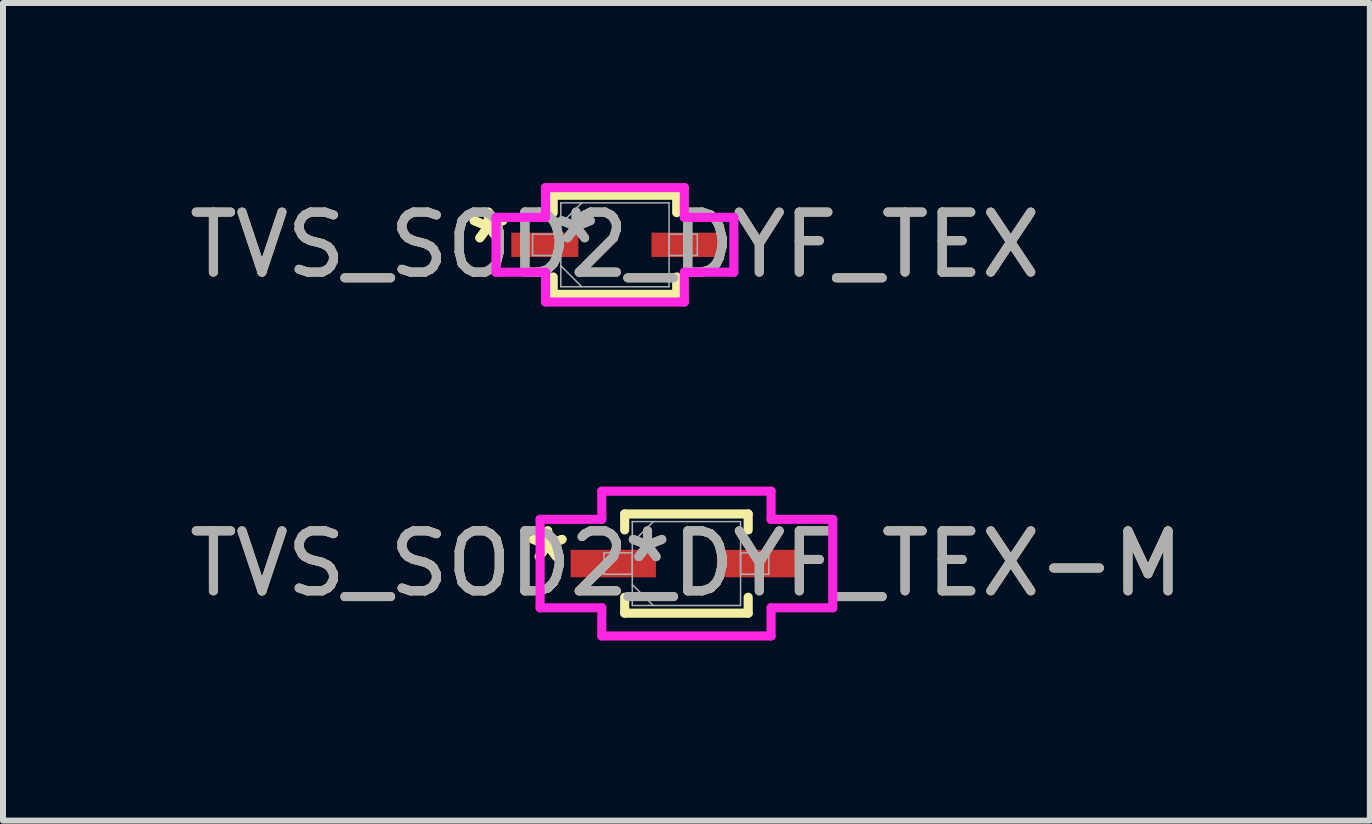
<source format=kicad_pcb>
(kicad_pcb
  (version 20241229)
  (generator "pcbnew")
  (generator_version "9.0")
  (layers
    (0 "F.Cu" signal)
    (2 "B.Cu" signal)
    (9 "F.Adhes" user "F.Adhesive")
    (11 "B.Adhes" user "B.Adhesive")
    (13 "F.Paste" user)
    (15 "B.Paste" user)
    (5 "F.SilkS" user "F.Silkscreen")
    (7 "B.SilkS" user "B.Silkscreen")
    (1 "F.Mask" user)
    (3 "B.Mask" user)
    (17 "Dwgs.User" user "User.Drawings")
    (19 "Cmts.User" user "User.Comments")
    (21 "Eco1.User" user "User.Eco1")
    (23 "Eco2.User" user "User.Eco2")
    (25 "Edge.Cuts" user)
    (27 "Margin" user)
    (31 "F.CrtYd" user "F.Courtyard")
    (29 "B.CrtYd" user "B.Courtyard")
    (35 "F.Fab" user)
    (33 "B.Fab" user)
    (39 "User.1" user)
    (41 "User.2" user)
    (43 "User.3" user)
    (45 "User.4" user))
  (footprint "TVS_SOD2_DYF_TEX-M"
    (layer "F.Cu")
    (at 8.387 6.34)
    (property "Reference" "TVS_SOD2_DYF_TEX-M" (at 0 0 0) (unlocked yes) (layer "F.SilkS") (effects (font (size 1 1) (thickness 0.15))))
    (attr smd)
    (fp_line (start -1.029 -0.826) (end -1.029 -0.561) (stroke (width 0.152) (type solid)) (layer "F.SilkS"))
    (fp_line (start -1.029 0.561) (end -1.029 0.826) (stroke (width 0.152) (type solid)) (layer "F.SilkS"))
    (fp_line (start -1.029 0.826) (end 1.029 0.826) (stroke (width 0.152) (type solid)) (layer "F.SilkS"))
    (fp_line (start 1.029 -0.826) (end -1.029 -0.826) (stroke (width 0.152) (type solid)) (layer "F.SilkS"))
    (fp_line (start 1.029 -0.561) (end 1.029 -0.826) (stroke (width 0.152) (type solid)) (layer "F.SilkS"))
    (fp_line (start 1.029 0.826) (end 1.029 0.561) (stroke (width 0.152) (type solid)) (layer "F.SilkS"))
    (fp_line (start -2.438 -0.737) (end -1.41 -0.737) (stroke (width 0.152) (type solid)) (layer "F.CrtYd"))
    (fp_line (start -2.438 0.737) (end -2.438 -0.737) (stroke (width 0.152) (type solid)) (layer "F.CrtYd"))
    (fp_line (start -1.41 -1.206) (end 1.41 -1.206) (stroke (width 0.152) (type solid)) (layer "F.CrtYd"))
    (fp_line (start -1.41 -0.737) (end -1.41 -1.206) (stroke (width 0.152) (type solid)) (layer "F.CrtYd"))
    (fp_line (start -1.41 0.737) (end -2.438 0.737) (stroke (width 0.152) (type solid)) (layer "F.CrtYd"))
    (fp_line (start -1.41 1.206) (end -1.41 0.737) (stroke (width 0.152) (type solid)) (layer "F.CrtYd"))
    (fp_line (start 1.41 -1.206) (end 1.41 -0.737) (stroke (width 0.152) (type solid)) (layer "F.CrtYd"))
    (fp_line (start 1.41 -0.737) (end 2.438 -0.737) (stroke (width 0.152) (type solid)) (layer "F.CrtYd"))
    (fp_line (start 1.41 0.737) (end 1.41 1.206) (stroke (width 0.152) (type solid)) (layer "F.CrtYd"))
    (fp_line (start 1.41 1.206) (end -1.41 1.206) (stroke (width 0.152) (type solid)) (layer "F.CrtYd"))
    (fp_line (start 2.438 -0.737) (end 2.438 0.737) (stroke (width 0.152) (type solid)) (layer "F.CrtYd"))
    (fp_line (start 2.438 0.737) (end 1.41 0.737) (stroke (width 0.152) (type solid)) (layer "F.CrtYd"))
    (fp_line (start -1.372 -0.178) (end -1.372 0.178) (stroke (width 0.025) (type solid)) (layer "F.Fab"))
    (fp_line (start -1.372 0.178) (end -0.902 0.178) (stroke (width 0.025) (type solid)) (layer "F.Fab"))
    (fp_line (start -0.902 -0.699) (end -0.902 0.699) (stroke (width 0.025) (type solid)) (layer "F.Fab"))
    (fp_line (start -0.902 -0.349) (end -0.552 -0.699) (stroke (width 0.025) (type solid)) (layer "F.Fab"))
    (fp_line (start -0.902 -0.178) (end -1.372 -0.178) (stroke (width 0.025) (type solid)) (layer "F.Fab"))
    (fp_line (start -0.902 0.178) (end -0.902 -0.178) (stroke (width 0.025) (type solid)) (layer "F.Fab"))
    (fp_line (start -0.902 0.349) (end -0.552 0.699) (stroke (width 0.025) (type solid)) (layer "F.Fab"))
    (fp_line (start -0.902 0.699) (end 0.902 0.699) (stroke (width 0.025) (type solid)) (layer "F.Fab"))
    (fp_line (start 0.902 -0.699) (end -0.902 -0.699) (stroke (width 0.025) (type solid)) (layer "F.Fab"))
    (fp_line (start 0.902 -0.178) (end 0.902 0.178) (stroke (width 0.025) (type solid)) (layer "F.Fab"))
    (fp_line (start 0.902 0.178) (end 1.372 0.178) (stroke (width 0.025) (type solid)) (layer "F.Fab"))
    (fp_line (start 0.902 0.699) (end 0.902 -0.699) (stroke (width 0.025) (type solid)) (layer "F.Fab"))
    (fp_line (start 1.372 -0.178) (end 0.902 -0.178) (stroke (width 0.025) (type solid)) (layer "F.Fab"))
    (fp_line (start 1.372 0.178) (end 1.372 -0.178) (stroke (width 0.025) (type solid)) (layer "F.Fab"))
    (fp_text user "*" (at -2.311 0 0) (unlocked yes) (layer "F.SilkS") (effects (font (size 1 1) (thickness 0.15))))
    (fp_text user "*" (at -2.311 0 0) (layer "F.SilkS") (effects (font (size 1 1) (thickness 0.15))))
    (fp_text user "${REFERENCE}" (at 0 0 0) (unlocked yes) (layer "F.Fab") (effects (font (size 1 1) (thickness 0.15))))
    (fp_text user "*" (at -0.648 0 0) (unlocked yes) (layer "F.Fab") (effects (font (size 1 1) (thickness 0.15))))
    (fp_text user "*" (at -0.648 0 0) (layer "F.Fab") (effects (font (size 1 1) (thickness 0.15))))
    (pad "1" smd rect (at -1.219 0) (size 1.422 0.457) (layers "F.Cu" "F.Mask" "F.Paste"))
    (pad "2" smd rect (at 1.219 0) (size 1.422 0.457) (layers "F.Cu" "F.Mask" "F.Paste")))
  (footprint "TVS_SOD2_DYF_TEX"
    (layer "F.Cu")
    (at 7.196 1.029)
    (property "Reference" "TVS_SOD2_DYF_TEX" (at 0 0 0) (unlocked yes) (layer "F.SilkS") (effects (font (size 1 1) (thickness 0.15))))
    (attr smd)
    (fp_line (start -1.029 -0.826) (end -1.029 -0.536) (stroke (width 0.152) (type solid)) (layer "F.SilkS"))
    (fp_line (start -1.029 0.536) (end -1.029 0.826) (stroke (width 0.152) (type solid)) (layer "F.SilkS"))
    (fp_line (start -1.029 0.826) (end 1.029 0.826) (stroke (width 0.152) (type solid)) (layer "F.SilkS"))
    (fp_line (start 1.029 -0.826) (end -1.029 -0.826) (stroke (width 0.152) (type solid)) (layer "F.SilkS"))
    (fp_line (start 1.029 -0.536) (end 1.029 -0.826) (stroke (width 0.152) (type solid)) (layer "F.SilkS"))
    (fp_line (start 1.029 0.826) (end 1.029 0.536) (stroke (width 0.152) (type solid)) (layer "F.SilkS"))
    (fp_line (start -1.981 -0.457) (end -1.156 -0.457) (stroke (width 0.152) (type solid)) (layer "F.CrtYd"))
    (fp_line (start -1.981 0.457) (end -1.981 -0.457) (stroke (width 0.152) (type solid)) (layer "F.CrtYd"))
    (fp_line (start -1.156 -0.953) (end 1.156 -0.953) (stroke (width 0.152) (type solid)) (layer "F.CrtYd"))
    (fp_line (start -1.156 -0.457) (end -1.156 -0.953) (stroke (width 0.152) (type solid)) (layer "F.CrtYd"))
    (fp_line (start -1.156 0.457) (end -1.981 0.457) (stroke (width 0.152) (type solid)) (layer "F.CrtYd"))
    (fp_line (start -1.156 0.953) (end -1.156 0.457) (stroke (width 0.152) (type solid)) (layer "F.CrtYd"))
    (fp_line (start 1.156 -0.953) (end 1.156 -0.457) (stroke (width 0.152) (type solid)) (layer "F.CrtYd"))
    (fp_line (start 1.156 -0.457) (end 1.981 -0.457) (stroke (width 0.152) (type solid)) (layer "F.CrtYd"))
    (fp_line (start 1.156 0.457) (end 1.156 0.953) (stroke (width 0.152) (type solid)) (layer "F.CrtYd"))
    (fp_line (start 1.156 0.953) (end -1.156 0.953) (stroke (width 0.152) (type solid)) (layer "F.CrtYd"))
    (fp_line (start 1.981 -0.457) (end 1.981 0.457) (stroke (width 0.152) (type solid)) (layer "F.CrtYd"))
    (fp_line (start 1.981 0.457) (end 1.156 0.457) (stroke (width 0.152) (type solid)) (layer "F.CrtYd"))
    (fp_line (start -1.372 -0.178) (end -1.372 0.178) (stroke (width 0.025) (type solid)) (layer "F.Fab"))
    (fp_line (start -1.372 0.178) (end -0.902 0.178) (stroke (width 0.025) (type solid)) (layer "F.Fab"))
    (fp_line (start -0.902 -0.699) (end -0.902 0.699) (stroke (width 0.025) (type solid)) (layer "F.Fab"))
    (fp_line (start -0.902 -0.349) (end -0.552 -0.699) (stroke (width 0.025) (type solid)) (layer "F.Fab"))
    (fp_line (start -0.902 -0.178) (end -1.372 -0.178) (stroke (width 0.025) (type solid)) (layer "F.Fab"))
    (fp_line (start -0.902 0.178) (end -0.902 -0.178) (stroke (width 0.025) (type solid)) (layer "F.Fab"))
    (fp_line (start -0.902 0.349) (end -0.552 0.699) (stroke (width 0.025) (type solid)) (layer "F.Fab"))
    (fp_line (start -0.902 0.699) (end 0.902 0.699) (stroke (width 0.025) (type solid)) (layer "F.Fab"))
    (fp_line (start 0.902 -0.699) (end -0.902 -0.699) (stroke (width 0.025) (type solid)) (layer "F.Fab"))
    (fp_line (start 0.902 -0.178) (end 0.902 0.178) (stroke (width 0.025) (type solid)) (layer "F.Fab"))
    (fp_line (start 0.902 0.178) (end 1.372 0.178) (stroke (width 0.025) (type solid)) (layer "F.Fab"))
    (fp_line (start 0.902 0.699) (end 0.902 -0.699) (stroke (width 0.025) (type solid)) (layer "F.Fab"))
    (fp_line (start 1.372 -0.178) (end 0.902 -0.178) (stroke (width 0.025) (type solid)) (layer "F.Fab"))
    (fp_line (start 1.372 0.178) (end 1.372 -0.178) (stroke (width 0.025) (type solid)) (layer "F.Fab"))
    (fp_text user "*" (at -2.108 0 0) (layer "F.SilkS") (effects (font (size 1 1) (thickness 0.15))))
    (fp_text user "*" (at -2.108 0 0) (unlocked yes) (layer "F.SilkS") (effects (font (size 1 1) (thickness 0.15))))
    (fp_text user "*" (at -0.648 0 0) (layer "F.Fab") (effects (font (size 1 1) (thickness 0.15))))
    (fp_text user "${REFERENCE}" (at 0 0 0) (unlocked yes) (layer "F.Fab") (effects (font (size 1 1) (thickness 0.15))))
    (fp_text user "*" (at -0.648 0 0) (unlocked yes) (layer "F.Fab") (effects (font (size 1 1) (thickness 0.15))))
    (pad "1" smd rect (at -1.168 0) (size 1.118 0.406) (layers "F.Cu" "F.Mask" "F.Paste"))
    (pad "2" smd rect (at 1.168 0) (size 1.118 0.406) (layers "F.Cu" "F.Mask" "F.Paste")))
  (gr_rect
    (start -3 -3)
    (end 19.774 10.623)
    (stroke (width 0.1) (type default))
    (fill no)
    (layer "Edge.Cuts")))
</source>
